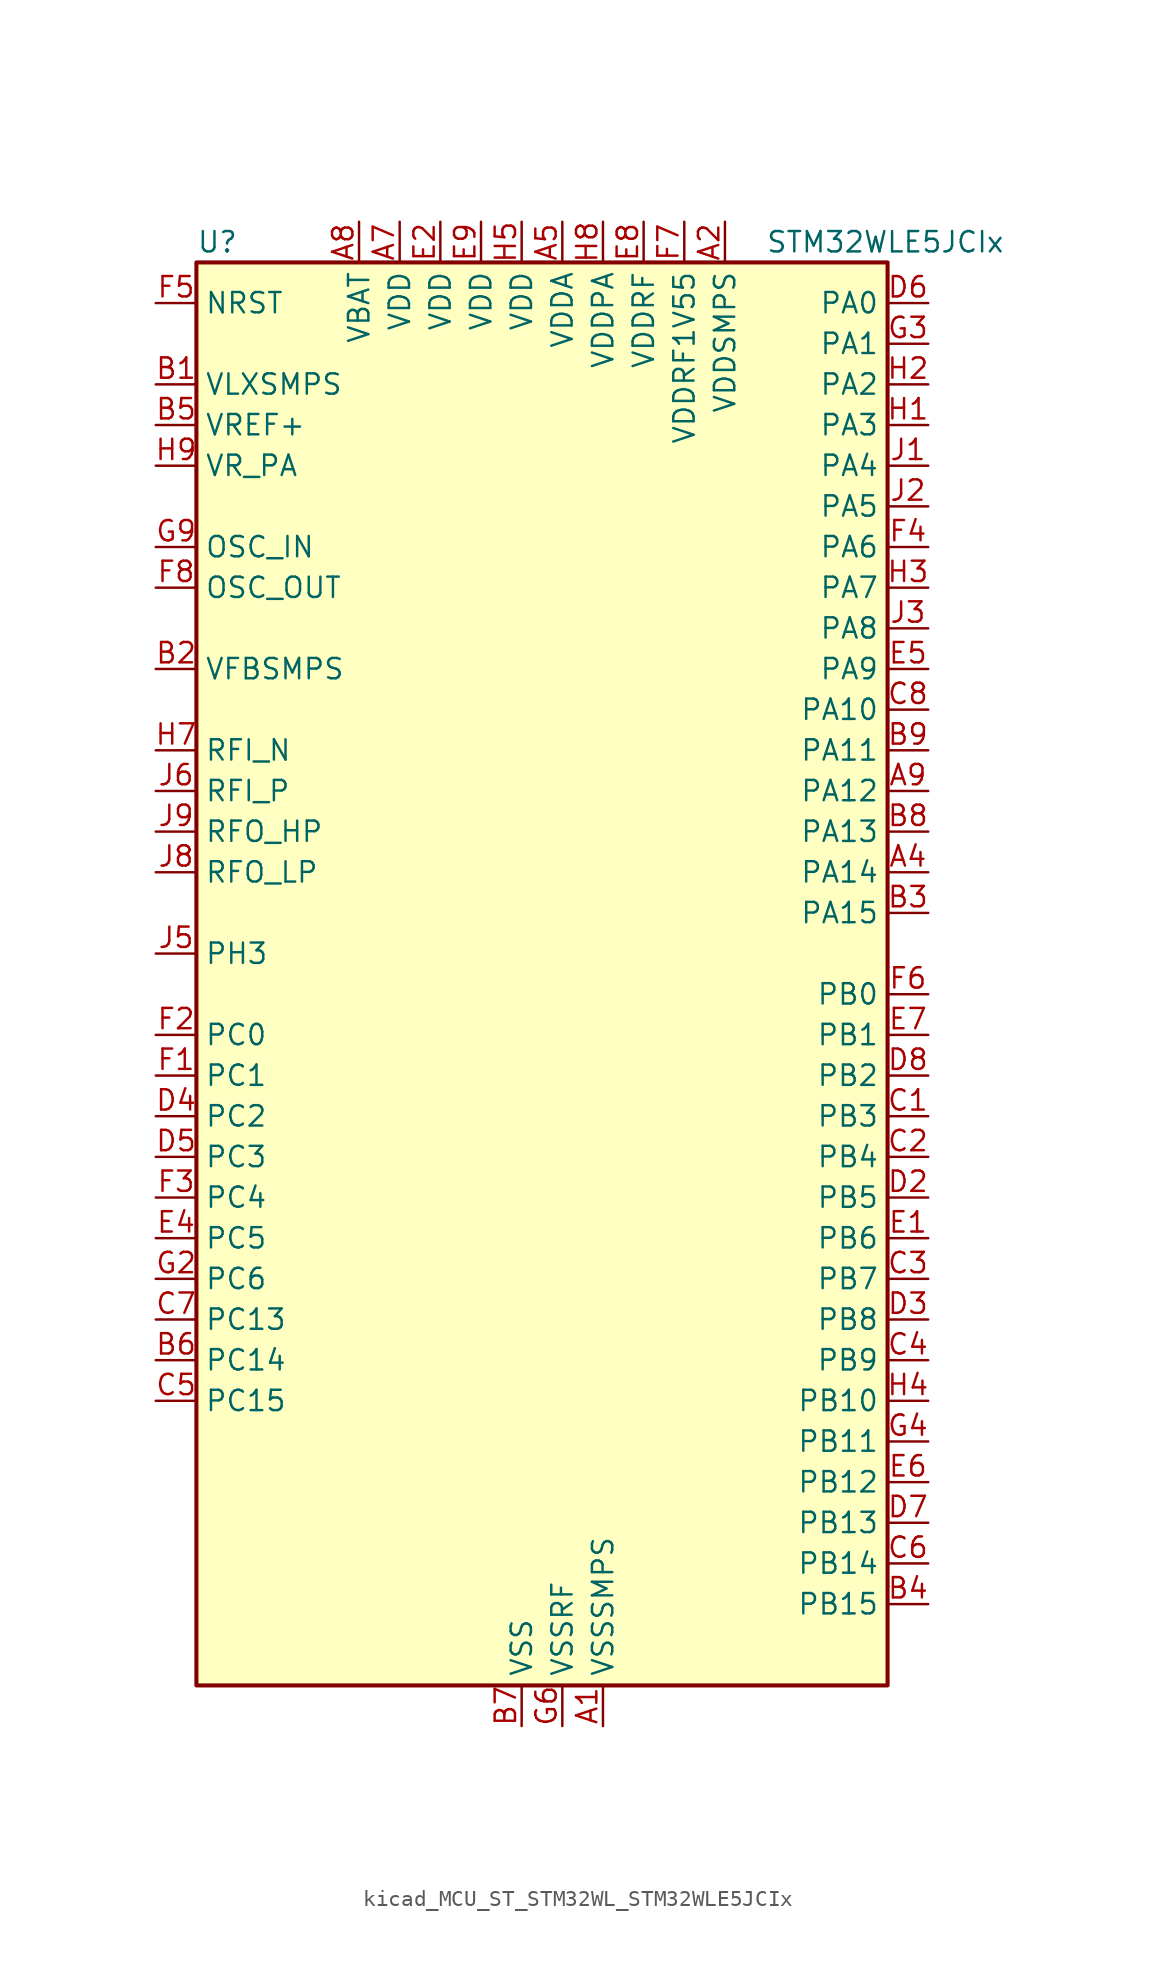
<source format=kicad_sym>
(kicad_symbol_lib
  (version 20220914)
  (generator kicad_symbol_editor)
  (symbol "kicad_MCU_ST_STM32WL_STM32WLE5JCIx"
    (property "Reference" "U"
      (at -20.32 46.99 0)
      (effects (font (size 1.27 1.27)) (justify left)))
    (property "Value" "STM32WLE5JCIx"
      (at 15.24 46.99 0)
      (effects (font (size 1.27 1.27)) (justify left)))
    (property "ki_locked" ""
      (at 0 0 0)
      (effects (font (size 1.27 1.27))))
    (symbol "kicad_MCU_ST_STM32WL_STM32WLE5JCIx_0_1"
      (rectangle (start -20.32 -43.18) (end 22.86 45.72) (stroke (width 0.254) (type default)) (fill (type background))))
    (symbol "kicad_MCU_ST_STM32WL_STM32WLE5JCIx_1_1"
      (pin power_in line (at 5.08 -45.72 90) (length 2.54) (name "VSSSMPS" (effects (font (size 1.27 1.27)))) (number "A1" (effects (font (size 1.27 1.27)))))
      (pin power_in line (at 12.7 48.26 270) (length 2.54) (name "VDDSMPS" (effects (font (size 1.27 1.27)))) (number "A2" (effects (font (size 1.27 1.27)))))
      (pin bidirectional line (at 25.4 7.62 180) (length 2.54) (name "PA14" (effects (font (size 1.27 1.27)))) (number "A4" (effects (font (size 1.27 1.27)))) (alternate "ADC_IN10" bidirectional line) (alternate "DEBUG_JTCK-SWCLK" bidirectional line) (alternate "I2C1_SMBA" bidirectional line) (alternate "LPTIM1_OUT" bidirectional line))
      (pin power_in line (at 2.54 48.26 270) (length 2.54) (name "VDDA" (effects (font (size 1.27 1.27)))) (number "A5" (effects (font (size 1.27 1.27)))))
      (pin power_in line (at -7.62 48.26 270) (length 2.54) (name "VDD" (effects (font (size 1.27 1.27)))) (number "A7" (effects (font (size 1.27 1.27)))))
      (pin power_in line (at -10.16 48.26 270) (length 2.54) (name "VBAT" (effects (font (size 1.27 1.27)))) (number "A8" (effects (font (size 1.27 1.27)))))
      (pin bidirectional line (at 25.4 12.7 180) (length 2.54) (name "PA12" (effects (font (size 1.27 1.27)))) (number "A9" (effects (font (size 1.27 1.27)))) (alternate "ADC_IN8" bidirectional line) (alternate "DEBUG_RF-BUSY" bidirectional line) (alternate "I2C2_SCL" bidirectional line) (alternate "LPTIM3_IN1" bidirectional line) (alternate "SPI1_MOSI" bidirectional line) (alternate "TIM1_ETR" bidirectional line) (alternate "USART1_DE" bidirectional line) (alternate "USART1_RTS" bidirectional line))
      (pin power_in line (at -22.86 38.1 0) (length 2.54) (name "VLXSMPS" (effects (font (size 1.27 1.27)))) (number "B1" (effects (font (size 1.27 1.27)))))
      (pin input line (at -22.86 20.32 0) (length 2.54) (name "VFBSMPS" (effects (font (size 1.27 1.27)))) (number "B2" (effects (font (size 1.27 1.27)))))
      (pin bidirectional line (at 25.4 5.08 180) (length 2.54) (name "PA15" (effects (font (size 1.27 1.27)))) (number "B3" (effects (font (size 1.27 1.27)))) (alternate "ADC_IN11" bidirectional line) (alternate "COMP1_INM" bidirectional line) (alternate "COMP2_INP" bidirectional line) (alternate "DEBUG_JTDI" bidirectional line) (alternate "I2C2_SDA" bidirectional line) (alternate "SPI1_NSS" bidirectional line) (alternate "TIM2_CH1" bidirectional line) (alternate "TIM2_ETR" bidirectional line))
      (pin bidirectional line (at 25.4 -38.1 180) (length 2.54) (name "PB15" (effects (font (size 1.27 1.27)))) (number "B4" (effects (font (size 1.27 1.27)))) (alternate "I2C2_SCL" bidirectional line) (alternate "I2S2_SD" bidirectional line) (alternate "SPI2_MOSI" bidirectional line) (alternate "TIM1_CH3N" bidirectional line))
      (pin input line (at -22.86 35.56 0) (length 2.54) (name "VREF+" (effects (font (size 1.27 1.27)))) (number "B5" (effects (font (size 1.27 1.27)))) (alternate "VREFBUF_OUT" bidirectional line))
      (pin bidirectional line (at -22.86 -22.86 0) (length 2.54) (name "PC14" (effects (font (size 1.27 1.27)))) (number "B6" (effects (font (size 1.27 1.27)))) (alternate "RCC_OSC32_IN" bidirectional line))
      (pin power_in line (at 0 -45.72 90) (length 2.54) (name "VSS" (effects (font (size 1.27 1.27)))) (number "B7" (effects (font (size 1.27 1.27)))))
      (pin bidirectional line (at 25.4 10.16 180) (length 2.54) (name "PA13" (effects (font (size 1.27 1.27)))) (number "B8" (effects (font (size 1.27 1.27)))) (alternate "ADC_IN9" bidirectional line) (alternate "DEBUG_JTMS-SWDIO" bidirectional line) (alternate "I2C2_SMBA" bidirectional line) (alternate "IR_OUT" bidirectional line))
      (pin bidirectional line (at 25.4 15.24 180) (length 2.54) (name "PA11" (effects (font (size 1.27 1.27)))) (number "B9" (effects (font (size 1.27 1.27)))) (alternate "ADC_EXTI11" bidirectional line) (alternate "ADC_IN7" bidirectional line) (alternate "COMP1_INM" bidirectional line) (alternate "COMP2_INM" bidirectional line) (alternate "DEBUG_RF-NRESET" bidirectional line) (alternate "I2C2_SDA" bidirectional line) (alternate "LPTIM3_ETR" bidirectional line) (alternate "SPI1_MISO" bidirectional line) (alternate "TIM1_BKIN2" bidirectional line) (alternate "TIM1_CH4" bidirectional line) (alternate "USART1_CTS" bidirectional line) (alternate "USART1_NSS" bidirectional line))
      (pin bidirectional line (at 25.4 -7.62 180) (length 2.54) (name "PB3" (effects (font (size 1.27 1.27)))) (number "C1" (effects (font (size 1.27 1.27)))) (alternate "ADC_IN2" bidirectional line) (alternate "COMP1_INM" bidirectional line) (alternate "COMP2_INM" bidirectional line) (alternate "DEBUG_JTDO-SWO" bidirectional line) (alternate "DEBUG_RF-DTB1" bidirectional line) (alternate "PWR_WKUP3" bidirectional line) (alternate "RTC_TAMP_IN3" bidirectional line) (alternate "SPI1_SCK" bidirectional line) (alternate "TIM2_CH2" bidirectional line) (alternate "USART1_DE" bidirectional line) (alternate "USART1_RTS" bidirectional line))
      (pin bidirectional line (at 25.4 -10.16 180) (length 2.54) (name "PB4" (effects (font (size 1.27 1.27)))) (number "C2" (effects (font (size 1.27 1.27)))) (alternate "ADC_IN3" bidirectional line) (alternate "COMP1_INP" bidirectional line) (alternate "COMP2_INP" bidirectional line) (alternate "DEBUG_JTRST" bidirectional line) (alternate "DEBUG_RF-LDORDY" bidirectional line) (alternate "I2C3_SDA" bidirectional line) (alternate "SPI1_MISO" bidirectional line) (alternate "TIM17_BKIN" bidirectional line) (alternate "USART1_CTS" bidirectional line) (alternate "USART1_NSS" bidirectional line))
      (pin bidirectional line (at 25.4 -17.78 180) (length 2.54) (name "PB7" (effects (font (size 1.27 1.27)))) (number "C3" (effects (font (size 1.27 1.27)))) (alternate "I2C1_SDA" bidirectional line) (alternate "LPTIM1_IN2" bidirectional line) (alternate "PWR_PVD_IN" bidirectional line) (alternate "TIM17_CH1N" bidirectional line) (alternate "TIM1_BKIN" bidirectional line) (alternate "USART1_RX" bidirectional line))
      (pin bidirectional line (at 25.4 -22.86 180) (length 2.54) (name "PB9" (effects (font (size 1.27 1.27)))) (number "C4" (effects (font (size 1.27 1.27)))) (alternate "DAC_EXTI9" bidirectional line) (alternate "I2C1_SDA" bidirectional line) (alternate "I2S2_WS" bidirectional line) (alternate "IR_OUT" bidirectional line) (alternate "SPI2_NSS" bidirectional line) (alternate "TIM17_CH1" bidirectional line) (alternate "TIM1_CH3N" bidirectional line))
      (pin bidirectional line (at -22.86 -25.4 0) (length 2.54) (name "PC15" (effects (font (size 1.27 1.27)))) (number "C5" (effects (font (size 1.27 1.27)))) (alternate "RCC_OSC32_OUT" bidirectional line))
      (pin bidirectional line (at 25.4 -35.56 180) (length 2.54) (name "PB14" (effects (font (size 1.27 1.27)))) (number "C6" (effects (font (size 1.27 1.27)))) (alternate "ADC_IN1" bidirectional line) (alternate "I2C3_SDA" bidirectional line) (alternate "I2S2_MCK" bidirectional line) (alternate "SPI2_MISO" bidirectional line) (alternate "TIM1_CH2N" bidirectional line))
      (pin bidirectional line (at -22.86 -20.32 0) (length 2.54) (name "PC13" (effects (font (size 1.27 1.27)))) (number "C7" (effects (font (size 1.27 1.27)))) (alternate "PWR_WKUP2" bidirectional line) (alternate "RTC_OUT1" bidirectional line) (alternate "RTC_TAMP_IN1" bidirectional line) (alternate "RTC_TS" bidirectional line))
      (pin bidirectional line (at 25.4 17.78 180) (length 2.54) (name "PA10" (effects (font (size 1.27 1.27)))) (number "C8" (effects (font (size 1.27 1.27)))) (alternate "ADC_IN6" bidirectional line) (alternate "COMP1_INM" bidirectional line) (alternate "COMP2_INM" bidirectional line) (alternate "DAC_OUT1" bidirectional line) (alternate "DEBUG_RF-HSE32RDY" bidirectional line) (alternate "I2C1_SDA" bidirectional line) (alternate "I2S2_SD" bidirectional line) (alternate "RTC_REFIN" bidirectional line) (alternate "SPI2_MOSI" bidirectional line) (alternate "TIM17_BKIN" bidirectional line) (alternate "TIM1_CH3" bidirectional line) (alternate "USART1_RX" bidirectional line))
      (pin bidirectional line (at 25.4 -12.7 180) (length 2.54) (name "PB5" (effects (font (size 1.27 1.27)))) (number "D2" (effects (font (size 1.27 1.27)))) (alternate "COMP2_OUT" bidirectional line) (alternate "I2C1_SMBA" bidirectional line) (alternate "LPTIM1_IN1" bidirectional line) (alternate "SPI1_MOSI" bidirectional line) (alternate "TIM16_BKIN" bidirectional line) (alternate "USART1_CK" bidirectional line))
      (pin bidirectional line (at 25.4 -20.32 180) (length 2.54) (name "PB8" (effects (font (size 1.27 1.27)))) (number "D3" (effects (font (size 1.27 1.27)))) (alternate "I2C1_SCL" bidirectional line) (alternate "TIM16_CH1" bidirectional line) (alternate "TIM1_CH2N" bidirectional line))
      (pin bidirectional line (at -22.86 -7.62 0) (length 2.54) (name "PC2" (effects (font (size 1.27 1.27)))) (number "D4" (effects (font (size 1.27 1.27)))) (alternate "LPTIM1_IN2" bidirectional line) (alternate "SPI2_MISO" bidirectional line))
      (pin bidirectional line (at -22.86 -10.16 0) (length 2.54) (name "PC3" (effects (font (size 1.27 1.27)))) (number "D5" (effects (font (size 1.27 1.27)))) (alternate "I2S2_SD" bidirectional line) (alternate "LPTIM1_ETR" bidirectional line) (alternate "LPTIM2_ETR" bidirectional line) (alternate "SPI2_MOSI" bidirectional line))
      (pin bidirectional line (at 25.4 43.18 180) (length 2.54) (name "PA0" (effects (font (size 1.27 1.27)))) (number "D6" (effects (font (size 1.27 1.27)))) (alternate "COMP1_OUT" bidirectional line) (alternate "DEBUG_PWR-REGLP1S" bidirectional line) (alternate "I2C3_SMBA" bidirectional line) (alternate "I2S_CKIN" bidirectional line) (alternate "PWR_WKUP1" bidirectional line) (alternate "RTC_TAMP_IN2" bidirectional line) (alternate "TIM2_CH1" bidirectional line) (alternate "TIM2_ETR" bidirectional line) (alternate "USART2_CTS" bidirectional line) (alternate "USART2_NSS" bidirectional line))
      (pin bidirectional line (at 25.4 -33.02 180) (length 2.54) (name "PB13" (effects (font (size 1.27 1.27)))) (number "D7" (effects (font (size 1.27 1.27)))) (alternate "ADC_IN0" bidirectional line) (alternate "I2C3_SCL" bidirectional line) (alternate "I2S2_CK" bidirectional line) (alternate "LPUART1_CTS" bidirectional line) (alternate "SPI2_SCK" bidirectional line) (alternate "TIM1_CH1N" bidirectional line))
      (pin bidirectional line (at 25.4 -5.08 180) (length 2.54) (name "PB2" (effects (font (size 1.27 1.27)))) (number "D8" (effects (font (size 1.27 1.27)))) (alternate "ADC_IN4" bidirectional line) (alternate "COMP1_INP" bidirectional line) (alternate "COMP2_INM" bidirectional line) (alternate "DEBUG_RF-SMPSRDY" bidirectional line) (alternate "I2C3_SMBA" bidirectional line) (alternate "LPTIM1_OUT" bidirectional line) (alternate "SPI1_NSS" bidirectional line))
      (pin passive line (at 0 -45.72 90) (length 2.54) hide (name "VSS" (effects (font (size 1.27 1.27)))) (number "D9" (effects (font (size 1.27 1.27)))))
      (pin bidirectional line (at 25.4 -15.24 180) (length 2.54) (name "PB6" (effects (font (size 1.27 1.27)))) (number "E1" (effects (font (size 1.27 1.27)))) (alternate "I2C1_SCL" bidirectional line) (alternate "LPTIM1_ETR" bidirectional line) (alternate "TIM16_CH1N" bidirectional line) (alternate "USART1_TX" bidirectional line))
      (pin power_in line (at -5.08 48.26 270) (length 2.54) (name "VDD" (effects (font (size 1.27 1.27)))) (number "E2" (effects (font (size 1.27 1.27)))))
      (pin passive line (at 0 -45.72 90) (length 2.54) hide (name "VSS" (effects (font (size 1.27 1.27)))) (number "E3" (effects (font (size 1.27 1.27)))))
      (pin bidirectional line (at -22.86 -15.24 0) (length 2.54) (name "PC5" (effects (font (size 1.27 1.27)))) (number "E4" (effects (font (size 1.27 1.27)))))
      (pin bidirectional line (at 25.4 20.32 180) (length 2.54) (name "PA9" (effects (font (size 1.27 1.27)))) (number "E5" (effects (font (size 1.27 1.27)))) (alternate "DAC_EXTI9" bidirectional line) (alternate "I2C1_SCL" bidirectional line) (alternate "I2S2_CK" bidirectional line) (alternate "I2S2_WS" bidirectional line) (alternate "SPI2_NSS" bidirectional line) (alternate "SPI2_SCK" bidirectional line) (alternate "TIM1_CH2" bidirectional line) (alternate "USART1_TX" bidirectional line))
      (pin bidirectional line (at 25.4 -30.48 180) (length 2.54) (name "PB12" (effects (font (size 1.27 1.27)))) (number "E6" (effects (font (size 1.27 1.27)))) (alternate "I2C3_SMBA" bidirectional line) (alternate "I2S2_WS" bidirectional line) (alternate "LPUART1_RTS" bidirectional line) (alternate "SPI2_NSS" bidirectional line) (alternate "TIM1_BKIN" bidirectional line))
      (pin bidirectional line (at 25.4 -2.54 180) (length 2.54) (name "PB1" (effects (font (size 1.27 1.27)))) (number "E7" (effects (font (size 1.27 1.27)))) (alternate "ADC_IN5" bidirectional line) (alternate "COMP2_INP" bidirectional line) (alternate "LPTIM2_IN1" bidirectional line) (alternate "LPUART1_DE" bidirectional line) (alternate "LPUART1_RTS" bidirectional line))
      (pin power_in line (at 7.62 48.26 270) (length 2.54) (name "VDDRF" (effects (font (size 1.27 1.27)))) (number "E8" (effects (font (size 1.27 1.27)))))
      (pin power_in line (at -2.54 48.26 270) (length 2.54) (name "VDD" (effects (font (size 1.27 1.27)))) (number "E9" (effects (font (size 1.27 1.27)))))
      (pin bidirectional line (at -22.86 -5.08 0) (length 2.54) (name "PC1" (effects (font (size 1.27 1.27)))) (number "F1" (effects (font (size 1.27 1.27)))) (alternate "I2C3_SDA" bidirectional line) (alternate "I2S2_SD" bidirectional line) (alternate "LPTIM1_OUT" bidirectional line) (alternate "LPUART1_TX" bidirectional line) (alternate "SPI2_MOSI" bidirectional line))
      (pin bidirectional line (at -22.86 -2.54 0) (length 2.54) (name "PC0" (effects (font (size 1.27 1.27)))) (number "F2" (effects (font (size 1.27 1.27)))) (alternate "I2C3_SCL" bidirectional line) (alternate "LPTIM1_IN1" bidirectional line) (alternate "LPTIM2_IN1" bidirectional line) (alternate "LPUART1_RX" bidirectional line))
      (pin bidirectional line (at -22.86 -12.7 0) (length 2.54) (name "PC4" (effects (font (size 1.27 1.27)))) (number "F3" (effects (font (size 1.27 1.27)))))
      (pin bidirectional line (at 25.4 27.94 180) (length 2.54) (name "PA6" (effects (font (size 1.27 1.27)))) (number "F4" (effects (font (size 1.27 1.27)))) (alternate "DEBUG_SUBGHZSPI-MISOOUT" bidirectional line) (alternate "I2C2_SMBA" bidirectional line) (alternate "LPUART1_CTS" bidirectional line) (alternate "SPI1_MISO" bidirectional line) (alternate "TIM16_CH1" bidirectional line) (alternate "TIM1_BKIN" bidirectional line))
      (pin input line (at -22.86 43.18 0) (length 2.54) (name "NRST" (effects (font (size 1.27 1.27)))) (number "F5" (effects (font (size 1.27 1.27)))))
      (pin bidirectional line (at 25.4 0 180) (length 2.54) (name "PB0" (effects (font (size 1.27 1.27)))) (number "F6" (effects (font (size 1.27 1.27)))) (alternate "COMP1_OUT" bidirectional line) (alternate "VDDTCXO" bidirectional line))
      (pin power_in line (at 10.16 48.26 270) (length 2.54) (name "VDDRF1V55" (effects (font (size 1.27 1.27)))) (number "F7" (effects (font (size 1.27 1.27)))))
      (pin input line (at -22.86 25.4 0) (length 2.54) (name "OSC_OUT" (effects (font (size 1.27 1.27)))) (number "F8" (effects (font (size 1.27 1.27)))) (alternate "RCC_OSC_OUT" bidirectional line))
      (pin bidirectional line (at -22.86 -17.78 0) (length 2.54) (name "PC6" (effects (font (size 1.27 1.27)))) (number "G2" (effects (font (size 1.27 1.27)))) (alternate "I2S2_MCK" bidirectional line))
      (pin bidirectional line (at 25.4 40.64 180) (length 2.54) (name "PA1" (effects (font (size 1.27 1.27)))) (number "G3" (effects (font (size 1.27 1.27)))) (alternate "DEBUG_PWR-REGLP2S" bidirectional line) (alternate "I2C1_SMBA" bidirectional line) (alternate "LPTIM3_OUT" bidirectional line) (alternate "LPUART1_RTS" bidirectional line) (alternate "SPI1_SCK" bidirectional line) (alternate "TIM2_CH2" bidirectional line) (alternate "USART2_DE" bidirectional line) (alternate "USART2_RTS" bidirectional line))
      (pin bidirectional line (at 25.4 -27.94 180) (length 2.54) (name "PB11" (effects (font (size 1.27 1.27)))) (number "G4" (effects (font (size 1.27 1.27)))) (alternate "ADC_EXTI11" bidirectional line) (alternate "COMP2_OUT" bidirectional line) (alternate "I2C3_SDA" bidirectional line) (alternate "LPUART1_TX" bidirectional line) (alternate "TIM2_CH4" bidirectional line))
      (pin passive line (at 0 -45.72 90) (length 2.54) hide (name "VSS" (effects (font (size 1.27 1.27)))) (number "G5" (effects (font (size 1.27 1.27)))))
      (pin power_in line (at 2.54 -45.72 90) (length 2.54) (name "VSSRF" (effects (font (size 1.27 1.27)))) (number "G6" (effects (font (size 1.27 1.27)))))
      (pin passive line (at 2.54 -45.72 90) (length 2.54) hide (name "VSSRF" (effects (font (size 1.27 1.27)))) (number "G7" (effects (font (size 1.27 1.27)))))
      (pin passive line (at 2.54 -45.72 90) (length 2.54) hide (name "VSSRF" (effects (font (size 1.27 1.27)))) (number "G8" (effects (font (size 1.27 1.27)))))
      (pin input line (at -22.86 27.94 0) (length 2.54) (name "OSC_IN" (effects (font (size 1.27 1.27)))) (number "G9" (effects (font (size 1.27 1.27)))) (alternate "RCC_OSC_IN" bidirectional line))
      (pin bidirectional line (at 25.4 35.56 180) (length 2.54) (name "PA3" (effects (font (size 1.27 1.27)))) (number "H1" (effects (font (size 1.27 1.27)))) (alternate "I2S2_MCK" bidirectional line) (alternate "LPUART1_RX" bidirectional line) (alternate "TIM2_CH4" bidirectional line) (alternate "USART2_RX" bidirectional line))
      (pin bidirectional line (at 25.4 38.1 180) (length 2.54) (name "PA2" (effects (font (size 1.27 1.27)))) (number "H2" (effects (font (size 1.27 1.27)))) (alternate "COMP2_OUT" bidirectional line) (alternate "DEBUG_PWR-LDORDY" bidirectional line) (alternate "LPUART1_TX" bidirectional line) (alternate "RCC_LSCO" bidirectional line) (alternate "TIM2_CH3" bidirectional line) (alternate "USART2_TX" bidirectional line))
      (pin bidirectional line (at 25.4 25.4 180) (length 2.54) (name "PA7" (effects (font (size 1.27 1.27)))) (number "H3" (effects (font (size 1.27 1.27)))) (alternate "COMP2_OUT" bidirectional line) (alternate "DEBUG_SUBGHZSPI-MOSIOUT" bidirectional line) (alternate "I2C3_SCL" bidirectional line) (alternate "SPI1_MOSI" bidirectional line) (alternate "TIM17_CH1" bidirectional line) (alternate "TIM1_CH1N" bidirectional line))
      (pin bidirectional line (at 25.4 -25.4 180) (length 2.54) (name "PB10" (effects (font (size 1.27 1.27)))) (number "H4" (effects (font (size 1.27 1.27)))) (alternate "COMP1_OUT" bidirectional line) (alternate "I2C3_SCL" bidirectional line) (alternate "I2S2_CK" bidirectional line) (alternate "LPUART1_RX" bidirectional line) (alternate "SPI2_SCK" bidirectional line) (alternate "TIM2_CH3" bidirectional line))
      (pin power_in line (at 0 48.26 270) (length 2.54) (name "VDD" (effects (font (size 1.27 1.27)))) (number "H5" (effects (font (size 1.27 1.27)))))
      (pin passive line (at 2.54 -45.72 90) (length 2.54) hide (name "VSSRF" (effects (font (size 1.27 1.27)))) (number "H6" (effects (font (size 1.27 1.27)))))
      (pin bidirectional line (at -22.86 15.24 0) (length 2.54) (name "RFI_N" (effects (font (size 1.27 1.27)))) (number "H7" (effects (font (size 1.27 1.27)))))
      (pin power_in line (at 5.08 48.26 270) (length 2.54) (name "VDDPA" (effects (font (size 1.27 1.27)))) (number "H8" (effects (font (size 1.27 1.27)))))
      (pin power_in line (at -22.86 33.02 0) (length 2.54) (name "VR_PA" (effects (font (size 1.27 1.27)))) (number "H9" (effects (font (size 1.27 1.27)))))
      (pin bidirectional line (at 25.4 33.02 180) (length 2.54) (name "PA4" (effects (font (size 1.27 1.27)))) (number "J1" (effects (font (size 1.27 1.27)))) (alternate "DEBUG_SUBGHZSPI-NSSOUT" bidirectional line) (alternate "LPTIM1_OUT" bidirectional line) (alternate "LPTIM2_OUT" bidirectional line) (alternate "RTC_OUT2" bidirectional line) (alternate "SPI1_NSS" bidirectional line) (alternate "USART2_CK" bidirectional line))
      (pin bidirectional line (at 25.4 30.48 180) (length 2.54) (name "PA5" (effects (font (size 1.27 1.27)))) (number "J2" (effects (font (size 1.27 1.27)))) (alternate "DEBUG_SUBGHZSPI-SCKOUT" bidirectional line) (alternate "LPTIM2_ETR" bidirectional line) (alternate "SPI1_SCK" bidirectional line) (alternate "SPI2_MISO" bidirectional line) (alternate "TIM2_CH1" bidirectional line) (alternate "TIM2_ETR" bidirectional line))
      (pin bidirectional line (at 25.4 22.86 180) (length 2.54) (name "PA8" (effects (font (size 1.27 1.27)))) (number "J3" (effects (font (size 1.27 1.27)))) (alternate "I2S2_CK" bidirectional line) (alternate "LPTIM2_OUT" bidirectional line) (alternate "RCC_MCO" bidirectional line) (alternate "SPI2_SCK" bidirectional line) (alternate "TIM1_CH1" bidirectional line) (alternate "USART1_CK" bidirectional line))
      (pin bidirectional line (at -22.86 2.54 0) (length 2.54) (name "PH3" (effects (font (size 1.27 1.27)))) (number "J5" (effects (font (size 1.27 1.27)))))
      (pin bidirectional line (at -22.86 12.7 0) (length 2.54) (name "RFI_P" (effects (font (size 1.27 1.27)))) (number "J6" (effects (font (size 1.27 1.27)))))
      (pin bidirectional line (at -22.86 7.62 0) (length 2.54) (name "RFO_LP" (effects (font (size 1.27 1.27)))) (number "J8" (effects (font (size 1.27 1.27)))))
      (pin bidirectional line (at -22.86 10.16 0) (length 2.54) (name "RFO_HP" (effects (font (size 1.27 1.27)))) (number "J9" (effects (font (size 1.27 1.27))))))))
</source>
